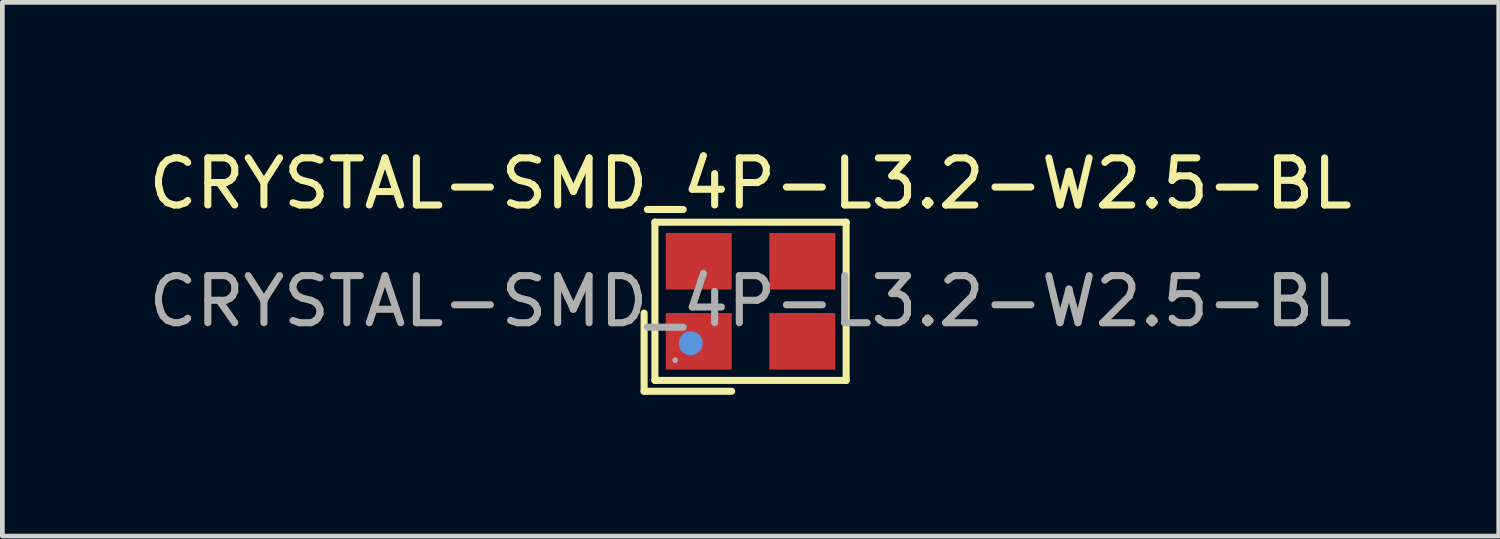
<source format=kicad_pcb>
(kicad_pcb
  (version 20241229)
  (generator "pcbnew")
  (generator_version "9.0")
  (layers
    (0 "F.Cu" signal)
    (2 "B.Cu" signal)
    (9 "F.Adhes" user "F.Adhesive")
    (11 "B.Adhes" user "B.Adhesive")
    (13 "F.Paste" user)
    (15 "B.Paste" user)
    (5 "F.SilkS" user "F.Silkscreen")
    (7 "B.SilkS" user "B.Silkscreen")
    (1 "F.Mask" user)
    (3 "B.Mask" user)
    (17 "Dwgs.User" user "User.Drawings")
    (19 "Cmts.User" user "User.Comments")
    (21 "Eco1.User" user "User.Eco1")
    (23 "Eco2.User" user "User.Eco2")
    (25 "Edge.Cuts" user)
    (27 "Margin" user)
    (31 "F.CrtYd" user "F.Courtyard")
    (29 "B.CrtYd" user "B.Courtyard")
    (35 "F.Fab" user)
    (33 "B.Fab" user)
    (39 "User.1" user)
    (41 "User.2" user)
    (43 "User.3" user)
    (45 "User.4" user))
  (footprint "CRYSTAL-SMD_4P-L3.2-W2.5-BL"
    (layer "F.Cu")
    (at 12.887 3.348)
    (property "Reference" "CRYSTAL-SMD_4P-L3.2-W2.5-BL" (at 0 -2.5 0) (layer "F.SilkS") (effects (font (size 1 1) (thickness 0.15))))
    (attr smd)
    (fp_line (start -2.26 0.25) (end -2.26 1.91) (stroke (width 0.15) (type solid)) (layer "F.SilkS"))
    (fp_line (start -2.26 1.91) (end -0.4 1.91) (stroke (width 0.15) (type solid)) (layer "F.SilkS"))
    (fp_line (start -2.03 -1.68) (end 2.03 -1.68) (stroke (width 0.15) (type solid)) (layer "F.SilkS"))
    (fp_line (start -2.03 1.68) (end -2.03 -1.68) (stroke (width 0.15) (type solid)) (layer "F.SilkS"))
    (fp_line (start 2.03 -1.68) (end 2.03 1.68) (stroke (width 0.15) (type solid)) (layer "F.SilkS"))
    (fp_line (start 2.03 1.68) (end -2.03 1.68) (stroke (width 0.15) (type solid)) (layer "F.SilkS"))
    (fp_circle (center -1.27 0.89) (end -1.14 0.89) (stroke (width 0.25) (type solid)) (fill no) (layer "Cmts.User"))
    (fp_circle (center -1.6 1.25) (end -1.57 1.25) (stroke (width 0.06) (type solid)) (fill no) (layer "F.Fab"))
    (fp_text user "${REFERENCE}" (at 0 0 0) (layer "F.Fab") (effects (font (size 1 1) (thickness 0.15))))
    (pad "1" smd rect (at -1.1 0.85) (size 1.4 1.2) (layers "F.Cu" "F.Mask" "F.Paste"))
    (pad "2" smd rect (at 1.1 0.85) (size 1.4 1.2) (layers "F.Cu" "F.Mask" "F.Paste"))
    (pad "3" smd rect (at 1.1 -0.85) (size 1.4 1.2) (layers "F.Cu" "F.Mask" "F.Paste"))
    (pad "4" smd rect (at -1.1 -0.85) (size 1.4 1.2) (layers "F.Cu" "F.Mask" "F.Paste")))
  (gr_rect
    (start -3 -3)
    (end 28.774 8.333)
    (stroke (width 0.1) (type default))
    (fill no)
    (layer "Edge.Cuts")))
</source>
